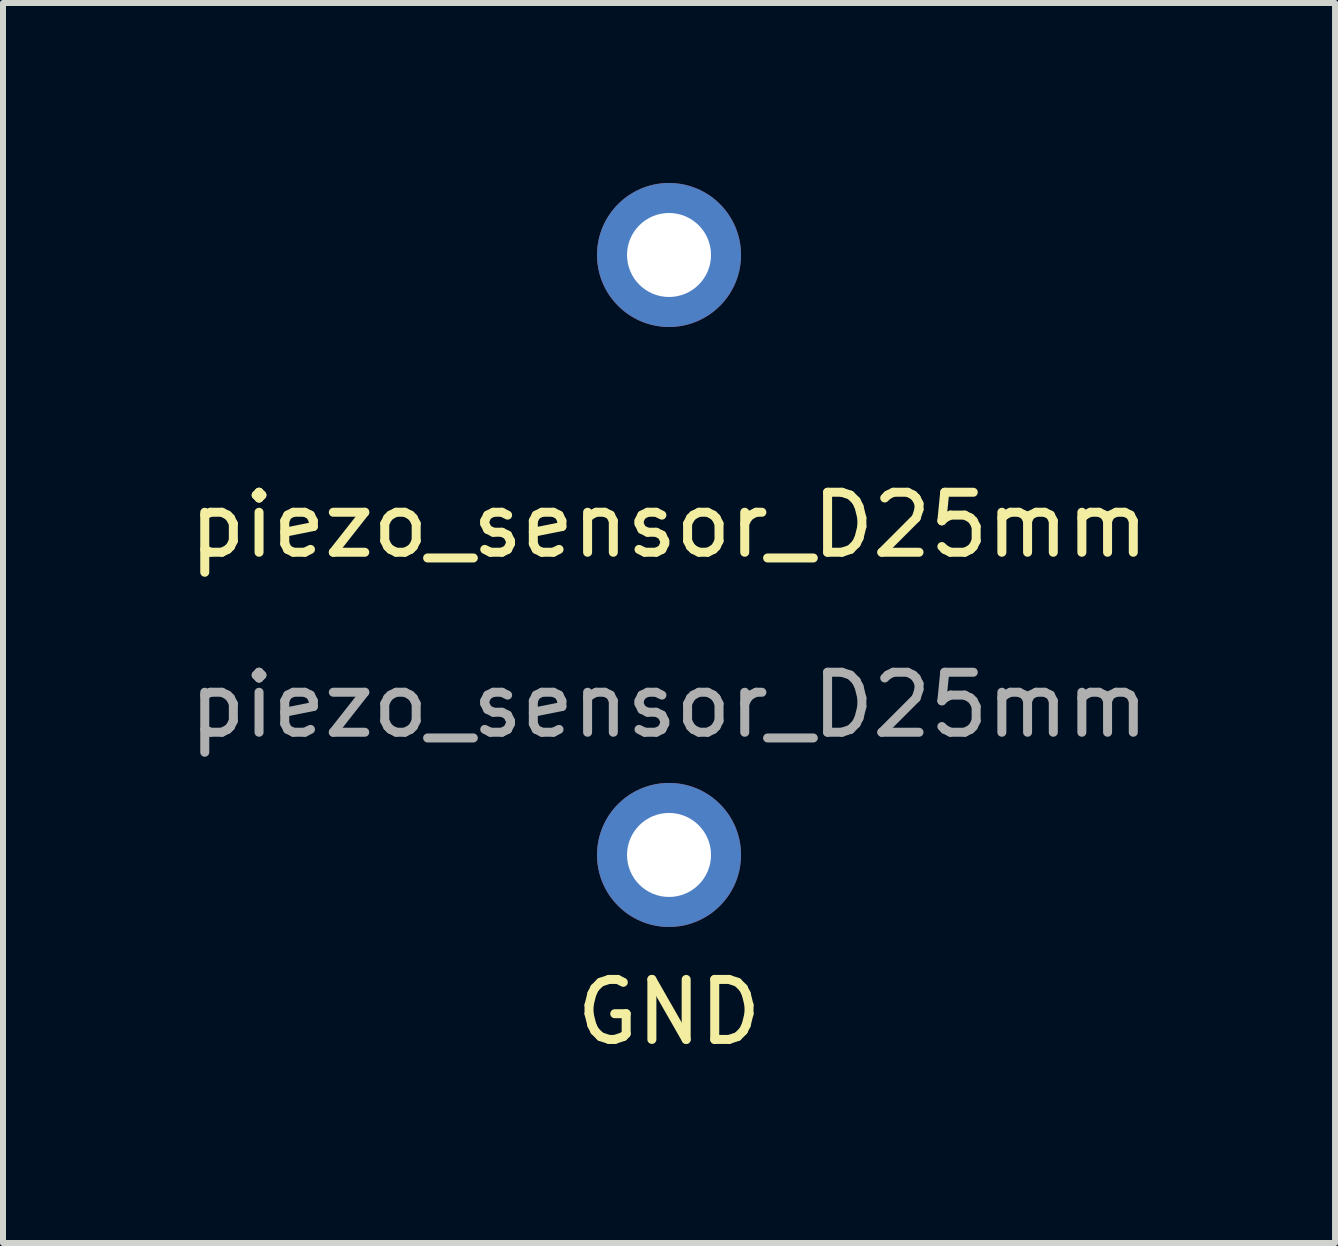
<source format=kicad_pcb>
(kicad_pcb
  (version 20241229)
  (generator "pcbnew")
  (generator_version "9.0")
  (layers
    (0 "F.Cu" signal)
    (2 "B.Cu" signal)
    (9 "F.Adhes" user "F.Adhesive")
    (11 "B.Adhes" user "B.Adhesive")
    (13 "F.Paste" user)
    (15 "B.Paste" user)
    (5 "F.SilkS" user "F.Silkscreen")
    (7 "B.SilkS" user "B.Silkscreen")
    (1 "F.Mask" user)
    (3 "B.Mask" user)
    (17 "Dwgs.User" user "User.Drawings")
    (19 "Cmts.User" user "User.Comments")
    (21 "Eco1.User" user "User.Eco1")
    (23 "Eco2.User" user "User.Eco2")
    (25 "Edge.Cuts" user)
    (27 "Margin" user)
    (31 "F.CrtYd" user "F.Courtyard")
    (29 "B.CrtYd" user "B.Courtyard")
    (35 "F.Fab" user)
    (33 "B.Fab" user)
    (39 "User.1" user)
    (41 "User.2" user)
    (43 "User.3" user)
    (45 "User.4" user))
  (footprint "piezo_sensor_D25mm"
    (layer "F.Cu")
    (at 8.101 6.2)
    (property "Reference" "piezo_sensor_D25mm" (at 0 -0.5 0) (unlocked yes) (layer "F.SilkS") (effects (font (size 1 1) (thickness 0.15))))
    (attr through_hole)
    (fp_text user "GND" (at 0 7.62 0) (unlocked yes) (layer "F.SilkS") (effects (font (size 1 1) (thickness 0.15))))
    (fp_text user "${REFERENCE}" (at 0 2.5 0) (unlocked yes) (layer "F.Fab") (effects (font (size 1 1) (thickness 0.15))))
    (pad "1" thru_hole circle (at 0 -5) (size 2.4 2.4) (drill 1.4) (layers "*.Cu" "*.Mask"))
    (pad "2" thru_hole circle (at 0 5) (size 2.4 2.4) (drill 1.4) (layers "*.Cu" "*.Mask")))
  (gr_rect
    (start -3 -3)
    (end 19.202 17.668)
    (stroke (width 0.1) (type default))
    (fill no)
    (layer "Edge.Cuts")))
</source>
